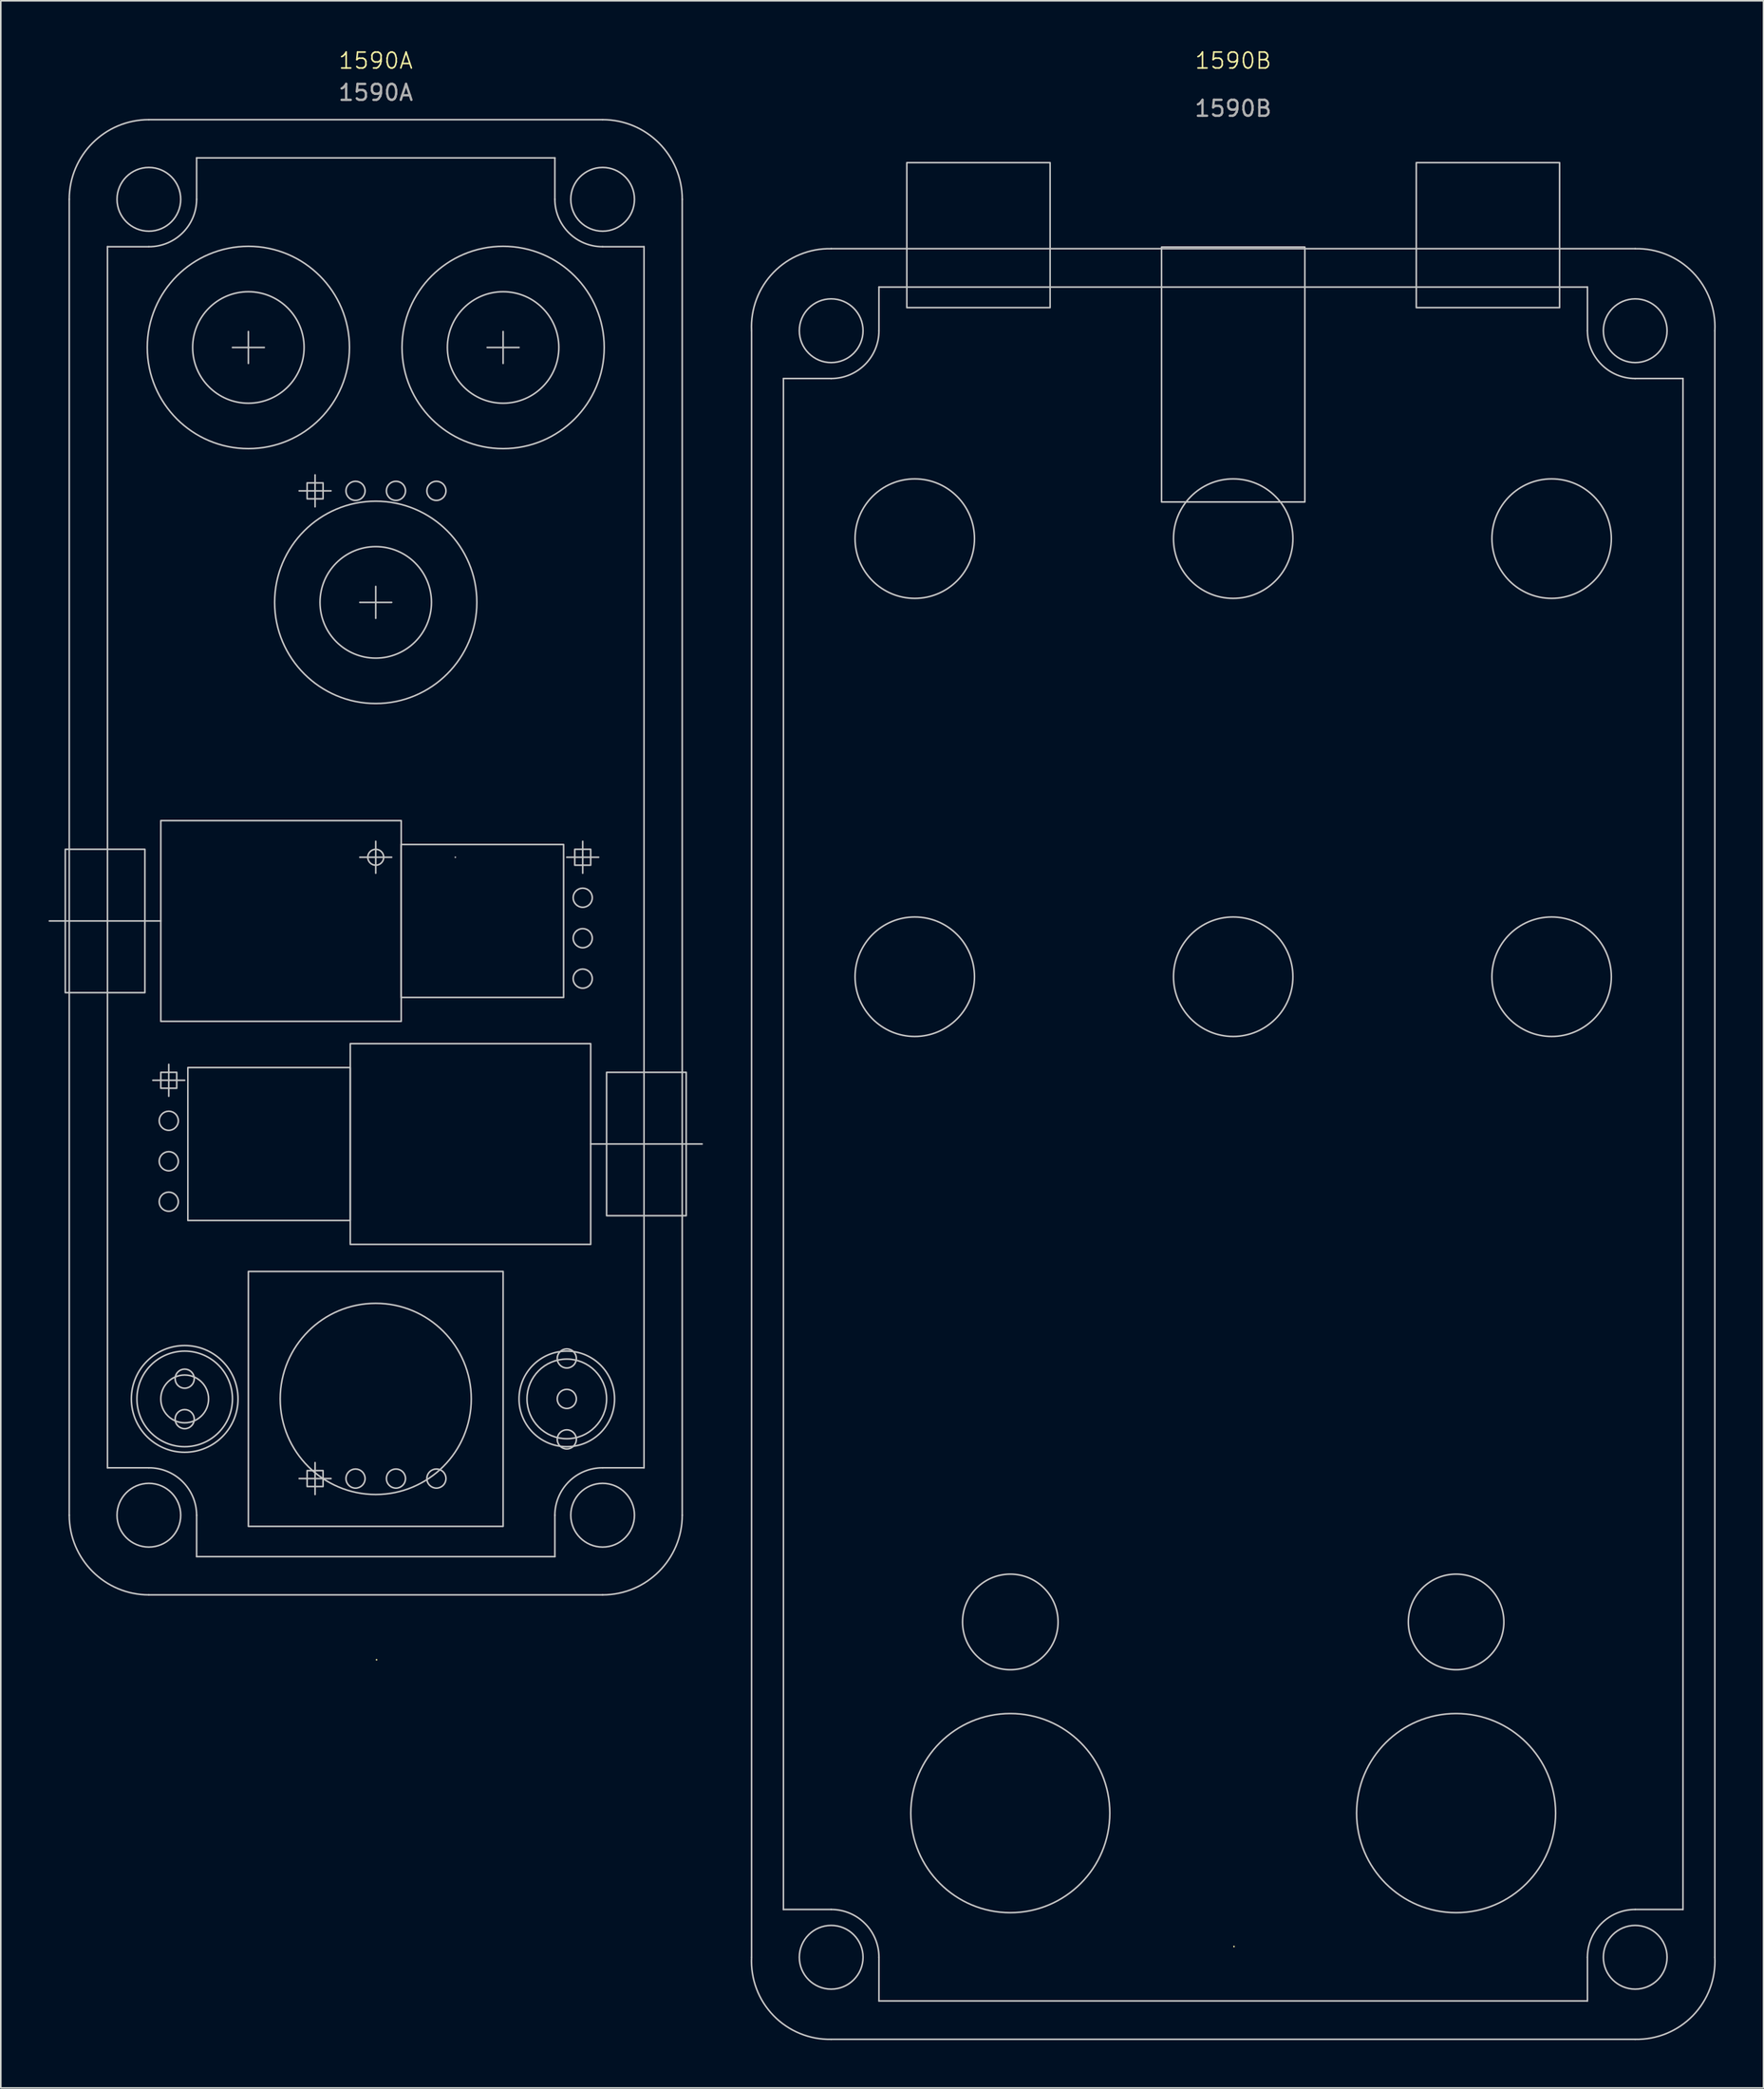
<source format=kicad_pcb>
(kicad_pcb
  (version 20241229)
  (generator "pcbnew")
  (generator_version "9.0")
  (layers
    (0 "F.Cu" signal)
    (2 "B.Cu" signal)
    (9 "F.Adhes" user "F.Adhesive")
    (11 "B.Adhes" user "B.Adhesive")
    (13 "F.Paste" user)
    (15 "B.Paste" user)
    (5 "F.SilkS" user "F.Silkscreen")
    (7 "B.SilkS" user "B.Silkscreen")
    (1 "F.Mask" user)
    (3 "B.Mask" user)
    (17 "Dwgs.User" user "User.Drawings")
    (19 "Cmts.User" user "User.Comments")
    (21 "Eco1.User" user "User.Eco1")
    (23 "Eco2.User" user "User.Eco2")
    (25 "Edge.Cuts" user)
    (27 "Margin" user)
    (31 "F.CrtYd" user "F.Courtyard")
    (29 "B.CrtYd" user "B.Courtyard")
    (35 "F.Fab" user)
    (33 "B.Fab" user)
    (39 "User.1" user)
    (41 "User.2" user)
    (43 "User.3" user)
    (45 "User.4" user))
  (footprint "1590B"
    (layer "F.Cu")
    (at 74.406 68.76)
    (property "Reference" "1590B" (at 0 -68 0) (unlocked yes) (layer "F.SilkS") (effects (font (size 1 1) (thickness 0.1))))
    (attr exclude_from_pos_files exclude_from_bom dnp)
    (fp_line (start 0.05 50.375) (end 0.05 50.375) (stroke (width 0.1) (type default)) (layer "F.SilkS"))
    (fp_line (start -30.25 -51.05) (end -30.25 51.05) (stroke (width 0.1) (type solid)) (layer "Dwgs.User"))
    (fp_line (start -28.25 -48.05) (end -28.25 48.05) (stroke (width 0.1) (type solid)) (layer "Dwgs.User"))
    (fp_line (start -28.25 -48.05) (end -25.25 -48.05) (stroke (width 0.1) (type solid)) (layer "Dwgs.User"))
    (fp_line (start -28.25 48.05) (end -25.25 48.05) (stroke (width 0.1) (type solid)) (layer "Dwgs.User"))
    (fp_line (start -25.25 -56.2) (end 25.25 -56.2) (stroke (width 0.1) (type solid)) (layer "Dwgs.User"))
    (fp_line (start -25.25 56.2) (end 25.25 56.2) (stroke (width 0.1) (type solid)) (layer "Dwgs.User"))
    (fp_line (start -22.25 -53.79) (end -22.25 -51.05) (stroke (width 0.1) (type solid)) (layer "Dwgs.User"))
    (fp_line (start -22.25 -53.79) (end 22.25 -53.79) (stroke (width 0.1) (type solid)) (layer "Dwgs.User"))
    (fp_line (start -22.25 53.79) (end -22.25 51.05) (stroke (width 0.1) (type solid)) (layer "Dwgs.User"))
    (fp_line (start -22.25 53.79) (end 22.25 53.79) (stroke (width 0.1) (type solid)) (layer "Dwgs.User"))
    (fp_line (start 22.25 -53.79) (end 22.25 -51.05) (stroke (width 0.1) (type solid)) (layer "Dwgs.User"))
    (fp_line (start 22.25 53.79) (end 22.25 51.05) (stroke (width 0.1) (type solid)) (layer "Dwgs.User"))
    (fp_line (start 28.25 -48.05) (end 25.25 -48.05) (stroke (width 0.1) (type solid)) (layer "Dwgs.User"))
    (fp_line (start 28.25 -48.05) (end 28.25 48.05) (stroke (width 0.1) (type solid)) (layer "Dwgs.User"))
    (fp_line (start 28.25 48.05) (end 25.25 48.05) (stroke (width 0.1) (type solid)) (layer "Dwgs.User"))
    (fp_line (start 30.25 -51.05) (end 30.25 51.05) (stroke (width 0.1) (type solid)) (layer "Dwgs.User"))
    (fp_rect (start -20.5 -61.6) (end -11.5 -52.5) (stroke (width 0.1) (type solid)) (fill no) (layer "Dwgs.User"))
    (fp_rect (start -4.5 -56.3) (end 4.5 -40.3) (stroke (width 0.1) (type solid)) (fill no) (layer "Dwgs.User"))
    (fp_rect (start 11.5 -61.6) (end 20.5 -52.5) (stroke (width 0.1) (type solid)) (fill no) (layer "Dwgs.User"))
    (fp_arc (start -30.25 -51.05) (mid -28.8708 -54.713155) (end -25.25 -56.2) (stroke (width 0.1) (type solid)) (layer "Dwgs.User"))
    (fp_arc (start -25.25 48.05) (mid -23.12868 48.92868) (end -22.25 51.05) (stroke (width 0.1) (type default)) (layer "Dwgs.User"))
    (fp_arc (start -25.25 56.2) (mid -28.8916 54.6916) (end -30.25 51.05) (stroke (width 0.1) (type solid)) (layer "Dwgs.User"))
    (fp_arc (start -22.25 -51.05) (mid -23.12868 -48.92868) (end -25.25 -48.05) (stroke (width 0.1) (type default)) (layer "Dwgs.User"))
    (fp_arc (start 22.25 51.05) (mid 23.12868 48.92868) (end 25.25 48.05) (stroke (width 0.1) (type default)) (layer "Dwgs.User"))
    (fp_arc (start 25.25 -56.2) (mid 28.8708 -54.713157) (end 30.25 -51.05) (stroke (width 0.1) (type solid)) (layer "Dwgs.User"))
    (fp_arc (start 25.25 -48.05) (mid 23.12868 -48.92868) (end 22.25 -51.05) (stroke (width 0.1) (type default)) (layer "Dwgs.User"))
    (fp_arc (start 30.25 51.05) (mid 28.870802 54.71316) (end 25.25 56.2) (stroke (width 0.1) (type solid)) (layer "Dwgs.User"))
    (fp_circle (center -25.25 -51.05) (end -23.25 -51.05) (stroke (width 0.1) (type solid)) (fill no) (layer "Dwgs.User"))
    (fp_circle (center -25.25 51.05) (end -23.25 51.05) (stroke (width 0.1) (type solid)) (fill no) (layer "Dwgs.User"))
    (fp_circle (center -20 -38) (end -16.25 -38) (stroke (width 0.1) (type solid)) (fill no) (layer "Dwgs.User"))
    (fp_circle (center -20 -10.5) (end -16.25 -10.5) (stroke (width 0.1) (type solid)) (fill no) (layer "Dwgs.User"))
    (fp_circle (center -14 30) (end -11 30) (stroke (width 0.1) (type solid)) (fill no) (layer "Dwgs.User"))
    (fp_circle (center -14 42) (end -7.75 42) (stroke (width 0.1) (type solid)) (fill no) (layer "Dwgs.User"))
    (fp_circle (center 0 -38) (end 3.75 -38) (stroke (width 0.1) (type solid)) (fill no) (layer "Dwgs.User"))
    (fp_circle (center 0 -10.5) (end 3.75 -10.5) (stroke (width 0.1) (type solid)) (fill no) (layer "Dwgs.User"))
    (fp_circle (center 14 30) (end 17 30) (stroke (width 0.1) (type solid)) (fill no) (layer "Dwgs.User"))
    (fp_circle (center 14 42) (end 20.25 42) (stroke (width 0.1) (type solid)) (fill no) (layer "Dwgs.User"))
    (fp_circle (center 20 -38) (end 23.75 -38) (stroke (width 0.1) (type solid)) (fill no) (layer "Dwgs.User"))
    (fp_circle (center 20 -10.5) (end 23.75 -10.5) (stroke (width 0.1) (type solid)) (fill no) (layer "Dwgs.User"))
    (fp_circle (center 25.25 -51.05) (end 27.25 -51.05) (stroke (width 0.1) (type solid)) (fill no) (layer "Dwgs.User"))
    (fp_circle (center 25.25 51.05) (end 27.25 51.05) (stroke (width 0.1) (type solid)) (fill no) (layer "Dwgs.User"))
    (fp_text user "${REFERENCE}" (at 0 -65 0) (unlocked yes) (layer "F.Fab") (effects (font (size 1 1) (thickness 0.15)))))
  (footprint "1590A"
    (layer "F.Cu")
    (at 20.55 50.761)
    (property "Reference" "1590A" (at 0 -50 0) (unlocked yes) (layer "F.SilkS") (effects (font (size 1 1) (thickness 0.1))))
    (attr exclude_from_pos_files exclude_from_bom dnp)
    (fp_line (start 0.05 50.375) (end 0.05 50.375) (stroke (width 0.1) (type default)) (layer "F.SilkS"))
    (fp_line (start -19.25 -41.3) (end -19.25 41.3) (stroke (width 0.1) (type default)) (layer "Dwgs.User"))
    (fp_line (start -16.85 -38.325) (end -16.85 38.325) (stroke (width 0.1) (type default)) (layer "Dwgs.User"))
    (fp_line (start -14.25 -46.3) (end 14.25 -46.3) (stroke (width 0.1) (type default)) (layer "Dwgs.User"))
    (fp_line (start -14.25 -38.325) (end -16.85 -38.325) (stroke (width 0.1) (type default)) (layer "Dwgs.User"))
    (fp_line (start -14.25 38.325) (end -16.85 38.325) (stroke (width 0.1) (type default)) (layer "Dwgs.User"))
    (fp_line (start -14.25 46.3) (end 14.25 46.3) (stroke (width 0.1) (type default)) (layer "Dwgs.User"))
    (fp_line (start -14 14) (end -12 14) (stroke (width 0.1) (type solid)) (layer "Dwgs.User"))
    (fp_line (start -13.5 4) (end -20.5 4) (stroke (width 0.1) (type default)) (layer "Dwgs.User"))
    (fp_line (start -13 13) (end -13 15) (stroke (width 0.1) (type solid)) (layer "Dwgs.User"))
    (fp_line (start -11.25 -43.9) (end -11.25 -41.3) (stroke (width 0.1) (type default)) (layer "Dwgs.User"))
    (fp_line (start -11.25 -43.9) (end 11.25 -43.9) (stroke (width 0.1) (type default)) (layer "Dwgs.User"))
    (fp_line (start -11.25 41.3) (end -11.25 43.9) (stroke (width 0.1) (type default)) (layer "Dwgs.User"))
    (fp_line (start -11.25 43.9) (end 11.25 43.9) (stroke (width 0.1) (type default)) (layer "Dwgs.User"))
    (fp_line (start -9 -32) (end -7 -32) (stroke (width 0.1) (type default)) (layer "Dwgs.User"))
    (fp_line (start -8 -33) (end -8 -31) (stroke (width 0.1) (type default)) (layer "Dwgs.User"))
    (fp_line (start -4.81 -23) (end -2.81 -23) (stroke (width 0.1) (type solid)) (layer "Dwgs.User"))
    (fp_line (start -4.81 39) (end -2.81 39) (stroke (width 0.1) (type solid)) (layer "Dwgs.User"))
    (fp_line (start -3.81 -22) (end -3.81 -24) (stroke (width 0.1) (type solid)) (layer "Dwgs.User"))
    (fp_line (start -3.81 38) (end -3.81 40) (stroke (width 0.1) (type solid)) (layer "Dwgs.User"))
    (fp_line (start -1 -16) (end 1 -16) (stroke (width 0.1) (type solid)) (layer "Dwgs.User"))
    (fp_line (start -1 0) (end 1 0) (stroke (width 0.1) (type default)) (layer "Dwgs.User"))
    (fp_line (start 0 -17) (end 0 -15) (stroke (width 0.1) (type solid)) (layer "Dwgs.User"))
    (fp_line (start 0 -1) (end 0 1) (stroke (width 0.1) (type default)) (layer "Dwgs.User"))
    (fp_line (start 5 0) (end 5 0) (stroke (width 0.1) (type default)) (layer "Dwgs.User"))
    (fp_line (start 7 -32) (end 9 -32) (stroke (width 0.1) (type default)) (layer "Dwgs.User"))
    (fp_line (start 8 -33) (end 8 -31) (stroke (width 0.1) (type default)) (layer "Dwgs.User"))
    (fp_line (start 11.25 -43.9) (end 11.25 -41.3) (stroke (width 0.1) (type default)) (layer "Dwgs.User"))
    (fp_line (start 11.25 41.3) (end 11.25 43.9) (stroke (width 0.1) (type default)) (layer "Dwgs.User"))
    (fp_line (start 12 0) (end 14 0) (stroke (width 0.1) (type solid)) (layer "Dwgs.User"))
    (fp_line (start 13 -1) (end 13 1) (stroke (width 0.1) (type solid)) (layer "Dwgs.User"))
    (fp_line (start 13.5 18) (end 20.5 18) (stroke (width 0.1) (type default)) (layer "Dwgs.User"))
    (fp_line (start 14.25 -38.325) (end 16.85 -38.325) (stroke (width 0.1) (type default)) (layer "Dwgs.User"))
    (fp_line (start 16.85 -38.325) (end 16.85 38.325) (stroke (width 0.1) (type default)) (layer "Dwgs.User"))
    (fp_line (start 16.85 38.325) (end 14.25 38.325) (stroke (width 0.1) (type default)) (layer "Dwgs.User"))
    (fp_line (start 19.25 -41.3) (end 19.25 41.3) (stroke (width 0.1) (type default)) (layer "Dwgs.User"))
    (fp_rect (start -14.5 -0.5) (end -19.5 8.5) (stroke (width 0.1) (type default)) (fill no) (layer "Dwgs.User"))
    (fp_rect (start -13.5 -2.3) (end 1.6 10.3) (stroke (width 0.1) (type default)) (fill no) (layer "Dwgs.User"))
    (fp_rect (start -13.5 13.5) (end -12.5 14.5) (stroke (width 0.1) (type solid)) (fill no) (layer "Dwgs.User"))
    (fp_rect (start -11.8 13.2) (end -1.6 22.8) (stroke (width 0.1) (type default)) (fill no) (layer "Dwgs.User"))
    (fp_rect (start -8 26) (end 8 42) (stroke (width 0.1) (type solid)) (fill no) (layer "Dwgs.User"))
    (fp_rect (start -4.31 -23.5) (end -3.31 -22.5) (stroke (width 0.1) (type solid)) (fill no) (layer "Dwgs.User"))
    (fp_rect (start -4.31 38.5) (end -3.31 39.5) (stroke (width 0.1) (type solid)) (fill no) (layer "Dwgs.User"))
    (fp_rect (start -1.6 11.7) (end 13.5 24.3) (stroke (width 0.1) (type default)) (fill no) (layer "Dwgs.User"))
    (fp_rect (start 1.6 -0.8) (end 11.8 8.8) (stroke (width 0.1) (type default)) (fill no) (layer "Dwgs.User"))
    (fp_rect (start 12.5 -0.5) (end 13.5 0.5) (stroke (width 0.1) (type solid)) (fill no) (layer "Dwgs.User"))
    (fp_rect (start 14.5 13.5) (end 19.5 22.5) (stroke (width 0.1) (type default)) (fill no) (layer "Dwgs.User"))
    (fp_arc (start -19.25 -41.3) (mid -17.785534 -44.835534) (end -14.25 -46.3) (stroke (width 0.1) (type default)) (layer "Dwgs.User"))
    (fp_arc (start -14.25 38.325) (mid -12.133857 39.19118) (end -11.25 41.3) (stroke (width 0.1) (type default)) (layer "Dwgs.User"))
    (fp_arc (start -14.25 46.3) (mid -17.785534 44.835534) (end -19.25 41.3) (stroke (width 0.1) (type default)) (layer "Dwgs.User"))
    (fp_arc (start -11.25 -41.3) (mid -12.133857 -39.19118) (end -14.25 -38.325) (stroke (width 0.1) (type default)) (layer "Dwgs.User"))
    (fp_arc (start 11.25 41.3) (mid 12.133857 39.19118) (end 14.25 38.325) (stroke (width 0.1) (type default)) (layer "Dwgs.User"))
    (fp_arc (start 14.25 -46.3) (mid 17.785534 -44.835534) (end 19.25 -41.3) (stroke (width 0.1) (type default)) (layer "Dwgs.User"))
    (fp_arc (start 14.25 -38.325) (mid 12.133857 -39.19118) (end 11.25 -41.3) (stroke (width 0.1) (type default)) (layer "Dwgs.User"))
    (fp_arc (start 19.25 41.3) (mid 17.785534 44.835534) (end 14.25 46.3) (stroke (width 0.1) (type default)) (layer "Dwgs.User"))
    (fp_circle (center -14.25 -41.3) (end -12.25 -41.3) (stroke (width 0.1) (type default)) (fill no) (layer "Dwgs.User"))
    (fp_circle (center -14.25 41.3) (end -12.25 41.3) (stroke (width 0.1) (type default)) (fill no) (layer "Dwgs.User"))
    (fp_circle (center -13 16.54) (end -12.4 16.54) (stroke (width 0.1) (type solid)) (fill no) (layer "Dwgs.User"))
    (fp_circle (center -13 19.08) (end -12.4 19.08) (stroke (width 0.1) (type solid)) (fill no) (layer "Dwgs.User"))
    (fp_circle (center -13 21.62) (end -12.4 21.62) (stroke (width 0.1) (type solid)) (fill no) (layer "Dwgs.User"))
    (fp_circle (center -12 32.73) (end -11.4 32.73) (stroke (width 0.1) (type solid)) (fill no) (layer "Dwgs.User"))
    (fp_circle (center -12 34) (end -10.5 34) (stroke (width 0.1) (type solid)) (fill no) (layer "Dwgs.User"))
    (fp_circle (center -12 34) (end -9 34) (stroke (width 0.1) (type solid)) (fill no) (layer "Dwgs.User"))
    (fp_circle (center -12 34) (end -8.65 34) (stroke (width 0.1) (type solid)) (fill no) (layer "Dwgs.User"))
    (fp_circle (center -12 35.27) (end -11.4 35.27) (stroke (width 0.1) (type solid)) (fill no) (layer "Dwgs.User"))
    (fp_circle (center -8 -32) (end -4.5 -32) (stroke (width 0.1) (type default)) (fill no) (layer "Dwgs.User"))
    (fp_circle (center -8 -32) (end -1.65 -32) (stroke (width 0.1) (type default)) (fill no) (layer "Dwgs.User"))
    (fp_circle (center -1.27 -23) (end -0.67 -23) (stroke (width 0.1) (type solid)) (fill no) (layer "Dwgs.User"))
    (fp_circle (center -1.27 39) (end -0.67 39) (stroke (width 0.1) (type solid)) (fill no) (layer "Dwgs.User"))
    (fp_circle (center 0 -16) (end 3.5 -16) (stroke (width 0.1) (type solid)) (fill no) (layer "Dwgs.User"))
    (fp_circle (center 0 -16) (end 6.35 -16) (stroke (width 0.1) (type solid)) (fill no) (layer "Dwgs.User"))
    (fp_circle (center 0 0) (end 0.5 0) (stroke (width 0.1) (type default)) (fill no) (layer "Dwgs.User"))
    (fp_circle (center 0 34) (end 6 34) (stroke (width 0.1) (type default)) (fill no) (layer "Dwgs.User"))
    (fp_circle (center 1.27 -23) (end 1.87 -23) (stroke (width 0.1) (type solid)) (fill no) (layer "Dwgs.User"))
    (fp_circle (center 1.27 39) (end 1.87 39) (stroke (width 0.1) (type solid)) (fill no) (layer "Dwgs.User"))
    (fp_circle (center 3.81 -23) (end 4.41 -23) (stroke (width 0.1) (type solid)) (fill no) (layer "Dwgs.User"))
    (fp_circle (center 3.81 39) (end 4.41 39) (stroke (width 0.1) (type solid)) (fill no) (layer "Dwgs.User"))
    (fp_circle (center 8 -32) (end 11.5 -32) (stroke (width 0.1) (type default)) (fill no) (layer "Dwgs.User"))
    (fp_circle (center 8 -32) (end 14.35 -32) (stroke (width 0.1) (type default)) (fill no) (layer "Dwgs.User"))
    (fp_circle (center 12 31.46) (end 12.6 31.46) (stroke (width 0.1) (type solid)) (fill no) (layer "Dwgs.User"))
    (fp_circle (center 12 34) (end 12.6 34) (stroke (width 0.1) (type solid)) (fill no) (layer "Dwgs.User"))
    (fp_circle (center 12 34) (end 14.5 34) (stroke (width 0.1) (type solid)) (fill no) (layer "Dwgs.User"))
    (fp_circle (center 12 34) (end 15 34) (stroke (width 0.1) (type solid)) (fill no) (layer "Dwgs.User"))
    (fp_circle (center 12 36.54) (end 12.6 36.54) (stroke (width 0.1) (type solid)) (fill no) (layer "Dwgs.User"))
    (fp_circle (center 13 2.54) (end 13.6 2.54) (stroke (width 0.1) (type solid)) (fill no) (layer "Dwgs.User"))
    (fp_circle (center 13 5.08) (end 13.6 5.08) (stroke (width 0.1) (type solid)) (fill no) (layer "Dwgs.User"))
    (fp_circle (center 13 7.62) (end 13.6 7.62) (stroke (width 0.1) (type solid)) (fill no) (layer "Dwgs.User"))
    (fp_circle (center 14.25 -41.3) (end 16.25 -41.3) (stroke (width 0.1) (type default)) (fill no) (layer "Dwgs.User"))
    (fp_circle (center 14.25 41.3) (end 16.25 41.3) (stroke (width 0.1) (type default)) (fill no) (layer "Dwgs.User"))
    (fp_text user "${REFERENCE}" (at 0 -48 0) (unlocked yes) (layer "F.Fab") (effects (font (size 1 1) (thickness 0.15)))))
  (gr_rect
    (start -3 -3)
    (end 107.712 128.012)
    (stroke (width 0.1) (type default))
    (fill no)
    (layer "Edge.Cuts")))
</source>
